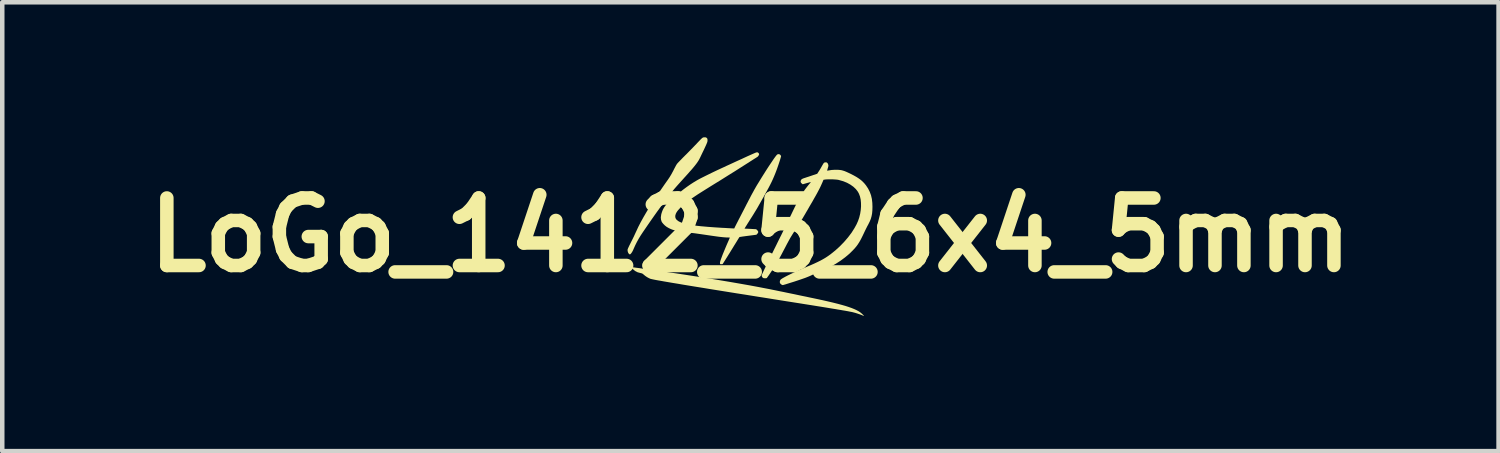
<source format=kicad_pcb>
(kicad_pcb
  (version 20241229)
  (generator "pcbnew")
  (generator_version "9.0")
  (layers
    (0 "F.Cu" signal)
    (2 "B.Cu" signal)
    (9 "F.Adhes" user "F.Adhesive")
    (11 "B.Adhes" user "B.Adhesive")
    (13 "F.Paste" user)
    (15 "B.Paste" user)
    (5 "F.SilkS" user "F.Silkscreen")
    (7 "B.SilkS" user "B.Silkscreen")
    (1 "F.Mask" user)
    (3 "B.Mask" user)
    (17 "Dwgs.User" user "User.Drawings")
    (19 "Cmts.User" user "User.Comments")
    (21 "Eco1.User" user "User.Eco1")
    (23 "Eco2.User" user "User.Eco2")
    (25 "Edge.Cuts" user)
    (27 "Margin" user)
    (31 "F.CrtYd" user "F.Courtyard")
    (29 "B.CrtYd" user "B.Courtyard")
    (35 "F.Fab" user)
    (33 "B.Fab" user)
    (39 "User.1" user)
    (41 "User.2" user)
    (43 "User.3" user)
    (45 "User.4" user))
  (footprint "LoGo_1412_5_6x4_5mm"
    (layer "F.Cu")
    (at 13.621 2.17)
    (property "Reference" "LoGo_1412_5_6x4_5mm" (at 0 0 0) (layer "F.SilkS") (effects (font (size 1.5 1.5) (thickness 0.3))))
    (attr board_only exclude_from_pos_files exclude_from_bom)
    (fp_poly (pts (xy -0.99 -2.167) (xy -0.969 -2.156) (xy -0.957 -2.139) (xy -0.952 -2.113) (xy -0.953 -2.088) (xy -0.954 -2.079) (xy -0.957 -2.069) (xy -0.96 -2.057) (xy -0.966 -2.042) (xy -0.974 -2.023) (xy -0.984 -1.999) (xy -0.998 -1.969) (xy -1.015 -1.932) (xy -1.036 -1.887) (xy -1.062 -1.834) (xy -1.092 -1.771) (xy -1.117 -1.718) (xy -1.131 -1.691) (xy -1.146 -1.663) (xy -1.163 -1.636) (xy -1.183 -1.606) (xy -1.206 -1.575) (xy -1.233 -1.54) (xy -1.265 -1.501) (xy -1.302 -1.457) (xy -1.346 -1.408) (xy -1.396 -1.351) (xy -1.455 -1.286) (xy -1.48 -1.258) (xy -1.517 -1.217) (xy -1.555 -1.175) (xy -1.592 -1.134) (xy -1.626 -1.096) (xy -1.655 -1.063) (xy -1.678 -1.036) (xy -1.684 -1.03) (xy -1.723 -0.982) (xy -1.769 -0.925) (xy -1.82 -0.859) (xy -1.875 -0.786) (xy -1.935 -0.706) (xy -1.997 -0.62) (xy -2.063 -0.53) (xy -2.13 -0.436) (xy -2.198 -0.339) (xy -2.266 -0.241) (xy -2.334 -0.142) (xy -2.386 -0.066) (xy -2.439 0.014) (xy -2.484 0.088) (xy -2.523 0.159) (xy -2.558 0.229) (xy -2.591 0.302) (xy -2.598 0.319) (xy -2.614 0.354) (xy -2.632 0.385) (xy -2.649 0.409) (xy -2.665 0.426) (xy -2.678 0.432) (xy -2.678 0.432) (xy -2.688 0.428) (xy -2.7 0.418) (xy -2.701 0.417) (xy -2.715 0.396) (xy -2.725 0.367) (xy -2.729 0.335) (xy -2.729 0.332) (xy -2.727 0.32) (xy -2.719 0.299) (xy -2.706 0.27) (xy -2.687 0.23) (xy -2.662 0.181) (xy -2.657 0.17) (xy -2.633 0.123) (xy -2.608 0.073) (xy -2.584 0.023) (xy -2.562 -0.025) (xy -2.543 -0.066) (xy -2.537 -0.078) (xy -2.491 -0.178) (xy -2.435 -0.287) (xy -2.37 -0.404) (xy -2.297 -0.529) (xy -2.215 -0.662) (xy -2.124 -0.803) (xy -2.025 -0.951) (xy -1.917 -1.108) (xy -1.838 -1.22) (xy -1.797 -1.28) (xy -1.761 -1.339) (xy -1.726 -1.403) (xy -1.711 -1.431) (xy -1.693 -1.468) (xy -1.674 -1.503) (xy -1.658 -1.534) (xy -1.644 -1.558) (xy -1.634 -1.574) (xy -1.634 -1.575) (xy -1.624 -1.587) (xy -1.607 -1.606) (xy -1.583 -1.631) (xy -1.554 -1.661) (xy -1.521 -1.695) (xy -1.486 -1.731) (xy -1.461 -1.756) (xy -1.417 -1.799) (xy -1.37 -1.847) (xy -1.322 -1.896) (xy -1.274 -1.945) (xy -1.231 -1.99) (xy -1.193 -2.029) (xy -1.189 -2.034) (xy -1.153 -2.072) (xy -1.124 -2.102) (xy -1.102 -2.125) (xy -1.085 -2.141) (xy -1.072 -2.153) (xy -1.061 -2.16) (xy -1.052 -2.165) (xy -1.044 -2.168) (xy -1.041 -2.168) (xy -1.006 -2.17)) (stroke (width 0) (type solid)) (fill yes) (layer "F.SilkS"))
    (fp_poly (pts (xy -2.642 0.714) (xy -2.623 0.717) (xy -2.595 0.72) (xy -2.559 0.725) (xy -2.516 0.731) (xy -2.467 0.737) (xy -2.415 0.745) (xy -2.412 0.745) (xy -2.155 0.78) (xy -1.9 0.817) (xy -1.646 0.854) (xy -1.396 0.892) (xy -1.149 0.93) (xy -0.908 0.968) (xy -0.673 1.007) (xy -0.445 1.045) (xy -0.226 1.083) (xy -0.016 1.12) (xy 0.183 1.157) (xy 0.338 1.187) (xy 0.38 1.195) (xy 0.433 1.205) (xy 0.495 1.218) (xy 0.565 1.232) (xy 0.641 1.248) (xy 0.722 1.264) (xy 0.807 1.282) (xy 0.895 1.3) (xy 0.983 1.318) (xy 1.071 1.337) (xy 1.157 1.355) (xy 1.241 1.372) (xy 1.319 1.389) (xy 1.392 1.404) (xy 1.458 1.418) (xy 1.515 1.43) (xy 1.563 1.441) (xy 1.589 1.446) (xy 1.716 1.475) (xy 1.831 1.502) (xy 1.935 1.528) (xy 2.028 1.553) (xy 2.112 1.577) (xy 2.186 1.601) (xy 2.251 1.624) (xy 2.308 1.647) (xy 2.358 1.67) (xy 2.401 1.693) (xy 2.438 1.717) (xy 2.469 1.742) (xy 2.496 1.767) (xy 2.496 1.767) (xy 2.513 1.786) (xy 2.522 1.798) (xy 2.522 1.801) (xy 2.514 1.799) (xy 2.504 1.794) (xy 2.483 1.784) (xy 2.452 1.772) (xy 2.416 1.759) (xy 2.377 1.746) (xy 2.337 1.733) (xy 2.3 1.723) (xy 2.295 1.722) (xy 2.281 1.718) (xy 2.265 1.714) (xy 2.246 1.71) (xy 2.224 1.706) (xy 2.198 1.701) (xy 2.169 1.695) (xy 2.135 1.689) (xy 2.096 1.682) (xy 2.052 1.675) (xy 2.002 1.666) (xy 1.946 1.657) (xy 1.884 1.646) (xy 1.814 1.635) (xy 1.737 1.622) (xy 1.652 1.608) (xy 1.559 1.593) (xy 1.458 1.577) (xy 1.347 1.559) (xy 1.226 1.54) (xy 1.096 1.519) (xy 0.955 1.497) (xy 0.803 1.473) (xy 0.64 1.447) (xy 0.465 1.419) (xy 0.379 1.405) (xy 0.137 1.367) (xy -0.092 1.33) (xy -0.31 1.296) (xy -0.515 1.263) (xy -0.708 1.232) (xy -0.889 1.203) (xy -1.058 1.175) (xy -1.215 1.15) (xy -1.361 1.126) (xy -1.495 1.104) (xy -1.617 1.083) (xy -1.728 1.065) (xy -1.827 1.048) (xy -1.915 1.033) (xy -1.992 1.019) (xy -2.058 1.008) (xy -2.112 0.998) (xy -2.156 0.989) (xy -2.188 0.982) (xy -2.21 0.977) (xy -2.216 0.976) (xy -2.253 0.96) (xy -2.294 0.938) (xy -2.334 0.911) (xy -2.36 0.89) (xy -2.381 0.872) (xy -2.397 0.86) (xy -2.413 0.853) (xy -2.432 0.848) (xy -2.446 0.845) (xy -2.505 0.829) (xy -2.56 0.801) (xy -2.609 0.761) (xy -2.616 0.755) (xy -2.633 0.737) (xy -2.645 0.723) (xy -2.65 0.715) (xy -2.65 0.714)) (stroke (width 0) (type solid)) (fill yes) (layer "F.SilkS"))
    (fp_poly (pts (xy 0.152 -1.837) (xy 0.172 -1.828) (xy 0.187 -1.813) (xy 0.194 -1.797) (xy 0.194 -1.795) (xy 0.19 -1.78) (xy 0.18 -1.761) (xy 0.167 -1.744) (xy 0.157 -1.735) (xy 0.15 -1.731) (xy 0.133 -1.72) (xy 0.108 -1.704) (xy 0.076 -1.684) (xy 0.039 -1.66) (xy -0.004 -1.633) (xy -0.049 -1.603) (xy -0.066 -1.593) (xy -0.151 -1.539) (xy -0.244 -1.48) (xy -0.344 -1.416) (xy -0.449 -1.351) (xy -0.556 -1.284) (xy -0.664 -1.216) (xy -0.77 -1.151) (xy -0.872 -1.088) (xy -0.92 -1.058) (xy -1.016 -0.998) (xy -1.102 -0.944) (xy -1.179 -0.895) (xy -1.247 -0.849) (xy -1.308 -0.808) (xy -1.362 -0.769) (xy -1.41 -0.733) (xy -1.453 -0.699) (xy -1.492 -0.666) (xy -1.527 -0.633) (xy -1.55 -0.611) (xy -1.589 -0.569) (xy -1.62 -0.533) (xy -1.642 -0.5) (xy -1.657 -0.47) (xy -1.666 -0.439) (xy -1.669 -0.425) (xy -1.668 -0.392) (xy -1.658 -0.363) (xy -1.637 -0.335) (xy -1.606 -0.31) (xy -1.564 -0.288) (xy -1.512 -0.267) (xy -1.447 -0.249) (xy -1.371 -0.232) (xy -1.284 -0.217) (xy -1.184 -0.203) (xy -1.16 -0.201) (xy -1.1 -0.194) (xy -1.031 -0.188) (xy -0.954 -0.181) (xy -0.874 -0.175) (xy -0.792 -0.169) (xy -0.712 -0.164) (xy -0.636 -0.159) (xy -0.595 -0.157) (xy -0.552 -0.155) (xy -0.509 -0.152) (xy -0.469 -0.15) (xy -0.436 -0.148) (xy -0.413 -0.147) (xy -0.413 -0.147) (xy -0.359 -0.144) (xy -0.351 -0.161) (xy -0.346 -0.171) (xy -0.337 -0.19) (xy -0.322 -0.219) (xy -0.304 -0.255) (xy -0.282 -0.297) (xy -0.258 -0.345) (xy -0.231 -0.396) (xy -0.203 -0.451) (xy -0.174 -0.507) (xy -0.145 -0.563) (xy -0.116 -0.619) (xy -0.089 -0.673) (xy -0.062 -0.724) (xy -0.038 -0.771) (xy -0.016 -0.812) (xy -0.012 -0.82) (xy 0.011 -0.865) (xy 0.037 -0.913) (xy 0.063 -0.96) (xy 0.086 -1.003) (xy 0.107 -1.039) (xy 0.114 -1.052) (xy 0.146 -1.107) (xy 0.182 -1.165) (xy 0.219 -1.226) (xy 0.258 -1.289) (xy 0.297 -1.351) (xy 0.336 -1.413) (xy 0.375 -1.474) (xy 0.413 -1.532) (xy 0.449 -1.586) (xy 0.483 -1.636) (xy 0.513 -1.681) (xy 0.54 -1.719) (xy 0.563 -1.75) (xy 0.581 -1.772) (xy 0.593 -1.785) (xy 0.596 -1.788) (xy 0.622 -1.796) (xy 0.645 -1.793) (xy 0.666 -1.778) (xy 0.666 -1.777) (xy 0.676 -1.764) (xy 0.682 -1.754) (xy 0.682 -1.753) (xy 0.68 -1.743) (xy 0.675 -1.723) (xy 0.667 -1.696) (xy 0.657 -1.662) (xy 0.645 -1.625) (xy 0.632 -1.586) (xy 0.619 -1.547) (xy 0.606 -1.51) (xy 0.598 -1.486) (xy 0.573 -1.418) (xy 0.548 -1.354) (xy 0.523 -1.294) (xy 0.497 -1.234) (xy 0.469 -1.174) (xy 0.438 -1.112) (xy 0.403 -1.045) (xy 0.363 -0.972) (xy 0.319 -0.891) (xy 0.293 -0.845) (xy 0.267 -0.799) (xy 0.241 -0.753) (xy 0.216 -0.709) (xy 0.193 -0.669) (xy 0.174 -0.635) (xy 0.159 -0.609) (xy 0.158 -0.607) (xy 0.144 -0.583) (xy 0.124 -0.55) (xy 0.1 -0.511) (xy 0.074 -0.468) (xy 0.046 -0.423) (xy 0.018 -0.379) (xy 0.016 -0.376) (xy -0.011 -0.333) (xy -0.036 -0.293) (xy -0.06 -0.256) (xy -0.08 -0.223) (xy -0.096 -0.198) (xy -0.107 -0.181) (xy -0.108 -0.178) (xy -0.131 -0.141) (xy -0.001 -0.135) (xy 0.128 -0.128) (xy 0.152 -0.106) (xy 0.169 -0.085) (xy 0.175 -0.066) (xy 0.169 -0.046) (xy 0.155 -0.027) (xy 0.134 -0.005) (xy -0.052 0.019) (xy -0.099 0.025) (xy -0.142 0.031) (xy -0.18 0.036) (xy -0.21 0.041) (xy -0.231 0.044) (xy -0.242 0.047) (xy -0.243 0.048) (xy -0.248 0.054) (xy -0.258 0.07) (xy -0.273 0.094) (xy -0.292 0.125) (xy -0.314 0.161) (xy -0.339 0.201) (xy -0.356 0.228) (xy -0.386 0.278) (xy -0.419 0.331) (xy -0.452 0.385) (xy -0.484 0.436) (xy -0.513 0.483) (xy -0.538 0.522) (xy -0.54 0.526) (xy -0.617 0.648) (xy -0.642 0.65) (xy -0.659 0.65) (xy -0.67 0.648) (xy -0.672 0.647) (xy -0.674 0.638) (xy -0.676 0.623) (xy -0.676 0.617) (xy -0.673 0.6) (xy -0.666 0.573) (xy -0.653 0.535) (xy -0.636 0.489) (xy -0.615 0.433) (xy -0.589 0.37) (xy -0.56 0.3) (xy -0.528 0.224) (xy -0.492 0.142) (xy -0.479 0.113) (xy -0.469 0.088) (xy -0.461 0.07) (xy -0.457 0.06) (xy -0.457 0.059) (xy -0.463 0.058) (xy -0.478 0.057) (xy -0.5 0.056) (xy -0.504 0.056) (xy -0.539 0.055) (xy -0.583 0.052) (xy -0.636 0.047) (xy -0.699 0.04) (xy -0.772 0.03) (xy -0.856 0.018) (xy -0.952 0.004) (xy -0.958 0.003) (xy -1.02 -0.006) (xy -1.088 -0.016) (xy -1.159 -0.026) (xy -1.228 -0.036) (xy -1.293 -0.044) (xy -1.35 -0.051) (xy -1.365 -0.053) (xy -1.443 -0.063) (xy -1.51 -0.072) (xy -1.568 -0.08) (xy -1.618 -0.089) (xy -1.66 -0.098) (xy -1.698 -0.107) (xy -1.731 -0.117) (xy -1.762 -0.129) (xy -1.791 -0.142) (xy -1.817 -0.155) (xy -1.86 -0.18) (xy -1.9 -0.211) (xy -1.934 -0.245) (xy -1.961 -0.278) (xy -1.972 -0.297) (xy -1.986 -0.341) (xy -1.99 -0.391) (xy -1.982 -0.447) (xy -1.979 -0.464) (xy -1.964 -0.512) (xy -1.947 -0.556) (xy -1.925 -0.598) (xy -1.898 -0.639) (xy -1.864 -0.681) (xy -1.822 -0.725) (xy -1.771 -0.773) (xy -1.737 -0.804) (xy -1.648 -0.881) (xy -1.565 -0.95) (xy -1.488 -1.011) (xy -1.413 -1.067) (xy -1.34 -1.118) (xy -1.268 -1.165) (xy -1.193 -1.21) (xy -1.174 -1.221) (xy -1.14 -1.24) (xy -1.096 -1.263) (xy -1.042 -1.29) (xy -0.982 -1.32) (xy -0.915 -1.353) (xy -0.843 -1.388) (xy -0.768 -1.424) (xy -0.691 -1.46) (xy -0.613 -1.496) (xy -0.582 -1.51) (xy -0.532 -1.534) (xy -0.472 -1.561) (xy -0.407 -1.591) (xy -0.338 -1.623) (xy -0.268 -1.655) (xy -0.199 -1.686) (xy -0.135 -1.716) (xy -0.124 -1.721) (xy -0.059 -1.751) (xy -0.005 -1.775) (xy 0.04 -1.795) (xy 0.076 -1.811) (xy 0.104 -1.823) (xy 0.125 -1.831) (xy 0.14 -1.835) (xy 0.149 -1.837)) (stroke (width 0) (type solid)) (fill yes) (layer "F.SilkS"))
    (fp_poly (pts (xy 1.701 -1.608) (xy 1.717 -1.591) (xy 1.722 -1.582) (xy 1.729 -1.563) (xy 1.733 -1.547) (xy 1.732 -1.53) (xy 1.727 -1.508) (xy 1.718 -1.479) (xy 1.712 -1.457) (xy 1.707 -1.439) (xy 1.705 -1.429) (xy 1.705 -1.429) (xy 1.712 -1.429) (xy 1.728 -1.431) (xy 1.751 -1.435) (xy 1.763 -1.437) (xy 1.807 -1.444) (xy 1.86 -1.447) (xy 1.909 -1.448) (xy 1.951 -1.447) (xy 1.988 -1.444) (xy 2.023 -1.439) (xy 2.057 -1.43) (xy 2.094 -1.418) (xy 2.135 -1.401) (xy 2.183 -1.379) (xy 2.225 -1.359) (xy 2.297 -1.322) (xy 2.359 -1.287) (xy 2.411 -1.253) (xy 2.457 -1.219) (xy 2.497 -1.183) (xy 2.533 -1.145) (xy 2.568 -1.102) (xy 2.615 -1.031) (xy 2.652 -0.958) (xy 2.68 -0.882) (xy 2.699 -0.8) (xy 2.709 -0.712) (xy 2.712 -0.626) (xy 2.71 -0.548) (xy 2.704 -0.479) (xy 2.692 -0.416) (xy 2.675 -0.356) (xy 2.65 -0.296) (xy 2.618 -0.232) (xy 2.604 -0.207) (xy 2.593 -0.186) (xy 2.579 -0.158) (xy 2.561 -0.122) (xy 2.542 -0.083) (xy 2.523 -0.043) (xy 2.519 -0.034) (xy 2.487 0.032) (xy 2.459 0.088) (xy 2.433 0.136) (xy 2.407 0.178) (xy 2.382 0.217) (xy 2.355 0.253) (xy 2.325 0.289) (xy 2.291 0.326) (xy 2.281 0.337) (xy 2.199 0.418) (xy 2.106 0.496) (xy 2.005 0.571) (xy 1.898 0.64) (xy 1.8 0.696) (xy 1.774 0.709) (xy 1.755 0.721) (xy 1.743 0.729) (xy 1.74 0.732) (xy 1.74 0.732) (xy 1.749 0.733) (xy 1.768 0.734) (xy 1.796 0.737) (xy 1.832 0.74) (xy 1.874 0.743) (xy 1.919 0.747) (xy 1.928 0.748) (xy 2.106 0.763) (xy 2.127 0.785) (xy 2.143 0.808) (xy 2.146 0.83) (xy 2.137 0.85) (xy 2.116 0.87) (xy 2.116 0.87) (xy 2.109 0.874) (xy 2.103 0.878) (xy 2.094 0.879) (xy 2.082 0.88) (xy 2.064 0.88) (xy 2.039 0.878) (xy 2.004 0.876) (xy 1.973 0.874) (xy 1.862 0.866) (xy 1.759 0.861) (xy 1.665 0.859) (xy 1.582 0.86) (xy 1.509 0.863) (xy 1.506 0.863) (xy 1.468 0.866) (xy 1.439 0.869) (xy 1.418 0.872) (xy 1.401 0.876) (xy 1.386 0.882) (xy 1.371 0.889) (xy 1.371 0.889) (xy 1.328 0.909) (xy 1.278 0.93) (xy 1.22 0.953) (xy 1.151 0.977) (xy 1.116 0.989) (xy 1.078 1.002) (xy 1.036 1.016) (xy 0.991 1.031) (xy 0.944 1.046) (xy 0.898 1.06) (xy 0.854 1.074) (xy 0.813 1.087) (xy 0.778 1.098) (xy 0.749 1.106) (xy 0.729 1.112) (xy 0.718 1.114) (xy 0.718 1.114) (xy 0.708 1.111) (xy 0.693 1.104) (xy 0.69 1.102) (xy 0.667 1.083) (xy 0.655 1.062) (xy 0.654 1.036) (xy 0.654 1.033) (xy 0.66 1.012) (xy 0.67 0.995) (xy 0.672 0.992) (xy 0.686 0.981) (xy 0.71 0.965) (xy 0.743 0.946) (xy 0.785 0.923) (xy 0.834 0.898) (xy 0.889 0.871) (xy 0.948 0.843) (xy 1.011 0.813) (xy 1.077 0.783) (xy 1.144 0.753) (xy 1.212 0.725) (xy 1.252 0.708) (xy 1.342 0.67) (xy 1.421 0.635) (xy 1.491 0.602) (xy 1.554 0.571) (xy 1.611 0.54) (xy 1.664 0.509) (xy 1.713 0.477) (xy 1.761 0.443) (xy 1.781 0.429) (xy 1.888 0.343) (xy 1.989 0.251) (xy 2.083 0.154) (xy 2.169 0.054) (xy 2.247 -0.049) (xy 2.313 -0.153) (xy 2.358 -0.235) (xy 2.392 -0.311) (xy 2.419 -0.39) (xy 2.439 -0.472) (xy 2.452 -0.554) (xy 2.458 -0.635) (xy 2.457 -0.713) (xy 2.45 -0.787) (xy 2.435 -0.855) (xy 2.412 -0.916) (xy 2.389 -0.959) (xy 2.344 -1.018) (xy 2.288 -1.071) (xy 2.222 -1.118) (xy 2.148 -1.159) (xy 2.065 -1.193) (xy 1.974 -1.219) (xy 1.951 -1.225) (xy 1.923 -1.229) (xy 1.886 -1.232) (xy 1.842 -1.235) (xy 1.796 -1.236) (xy 1.75 -1.236) (xy 1.707 -1.235) (xy 1.671 -1.233) (xy 1.659 -1.231) (xy 1.624 -1.226) (xy 1.603 -1.175) (xy 1.586 -1.137) (xy 1.569 -1.099) (xy 1.551 -1.06) (xy 1.53 -1.019) (xy 1.507 -0.975) (xy 1.481 -0.926) (xy 1.451 -0.872) (xy 1.416 -0.811) (xy 1.377 -0.741) (xy 1.331 -0.663) (xy 1.322 -0.648) (xy 1.294 -0.599) (xy 1.266 -0.55) (xy 1.238 -0.503) (xy 1.213 -0.459) (xy 1.19 -0.421) (xy 1.173 -0.391) (xy 1.166 -0.379) (xy 1.149 -0.352) (xy 1.128 -0.316) (xy 1.102 -0.275) (xy 1.074 -0.23) (xy 1.045 -0.185) (xy 1.02 -0.148) (xy 0.987 -0.096) (xy 0.958 -0.05) (xy 0.932 -0.009) (xy 0.908 0.03) (xy 0.885 0.068) (xy 0.863 0.108) (xy 0.839 0.152) (xy 0.813 0.2) (xy 0.784 0.256) (xy 0.75 0.321) (xy 0.747 0.326) (xy 0.69 0.435) (xy 0.636 0.534) (xy 0.584 0.625) (xy 0.532 0.711) (xy 0.479 0.792) (xy 0.425 0.872) (xy 0.405 0.901) (xy 0.389 0.923) (xy 0.376 0.941) (xy 0.368 0.953) (xy 0.366 0.956) (xy 0.358 0.96) (xy 0.342 0.962) (xy 0.322 0.962) (xy 0.303 0.961) (xy 0.288 0.958) (xy 0.287 0.957) (xy 0.269 0.944) (xy 0.256 0.923) (xy 0.25 0.898) (xy 0.25 0.894) (xy 0.253 0.887) (xy 0.261 0.869) (xy 0.274 0.842) (xy 0.291 0.805) (xy 0.312 0.761) (xy 0.337 0.709) (xy 0.366 0.651) (xy 0.397 0.587) (xy 0.431 0.517) (xy 0.467 0.444) (xy 0.505 0.367) (xy 0.528 0.32) (xy 0.57 0.236) (xy 0.611 0.152) (xy 0.652 0.069) (xy 0.693 -0.013) (xy 0.731 -0.091) (xy 0.768 -0.166) (xy 0.802 -0.235) (xy 0.832 -0.298) (xy 0.859 -0.353) (xy 0.881 -0.4) (xy 0.899 -0.437) (xy 0.901 -0.441) (xy 0.946 -0.535) (xy 0.986 -0.618) (xy 1.023 -0.692) (xy 1.058 -0.758) (xy 1.09 -0.818) (xy 1.122 -0.872) (xy 1.152 -0.922) (xy 1.183 -0.968) (xy 1.215 -1.013) (xy 1.249 -1.057) (xy 1.284 -1.102) (xy 1.303 -1.125) (xy 1.321 -1.146) (xy 1.334 -1.163) (xy 1.342 -1.174) (xy 1.344 -1.177) (xy 1.337 -1.175) (xy 1.321 -1.171) (xy 1.297 -1.164) (xy 1.267 -1.156) (xy 1.252 -1.152) (xy 1.163 -1.126) (xy 1.145 -1.14) (xy 1.124 -1.16) (xy 1.115 -1.182) (xy 1.118 -1.206) (xy 1.128 -1.225) (xy 1.136 -1.234) (xy 1.145 -1.242) (xy 1.159 -1.249) (xy 1.18 -1.258) (xy 1.21 -1.268) (xy 1.217 -1.27) (xy 1.252 -1.282) (xy 1.293 -1.295) (xy 1.337 -1.31) (xy 1.379 -1.324) (xy 1.389 -1.328) (xy 1.485 -1.36) (xy 1.518 -1.411) (xy 1.535 -1.437) (xy 1.555 -1.47) (xy 1.575 -1.505) (xy 1.591 -1.534) (xy 1.608 -1.563) (xy 1.62 -1.584) (xy 1.63 -1.597) (xy 1.638 -1.605) (xy 1.647 -1.609) (xy 1.653 -1.611) (xy 1.681 -1.614)) (stroke (width 0) (type solid)) (fill yes) (layer "F.SilkS")))
  (gr_rect
    (start -3 -3)
    (end 30.243 6.972)
    (stroke (width 0.1) (type default))
    (fill no)
    (layer "Edge.Cuts")))
</source>
